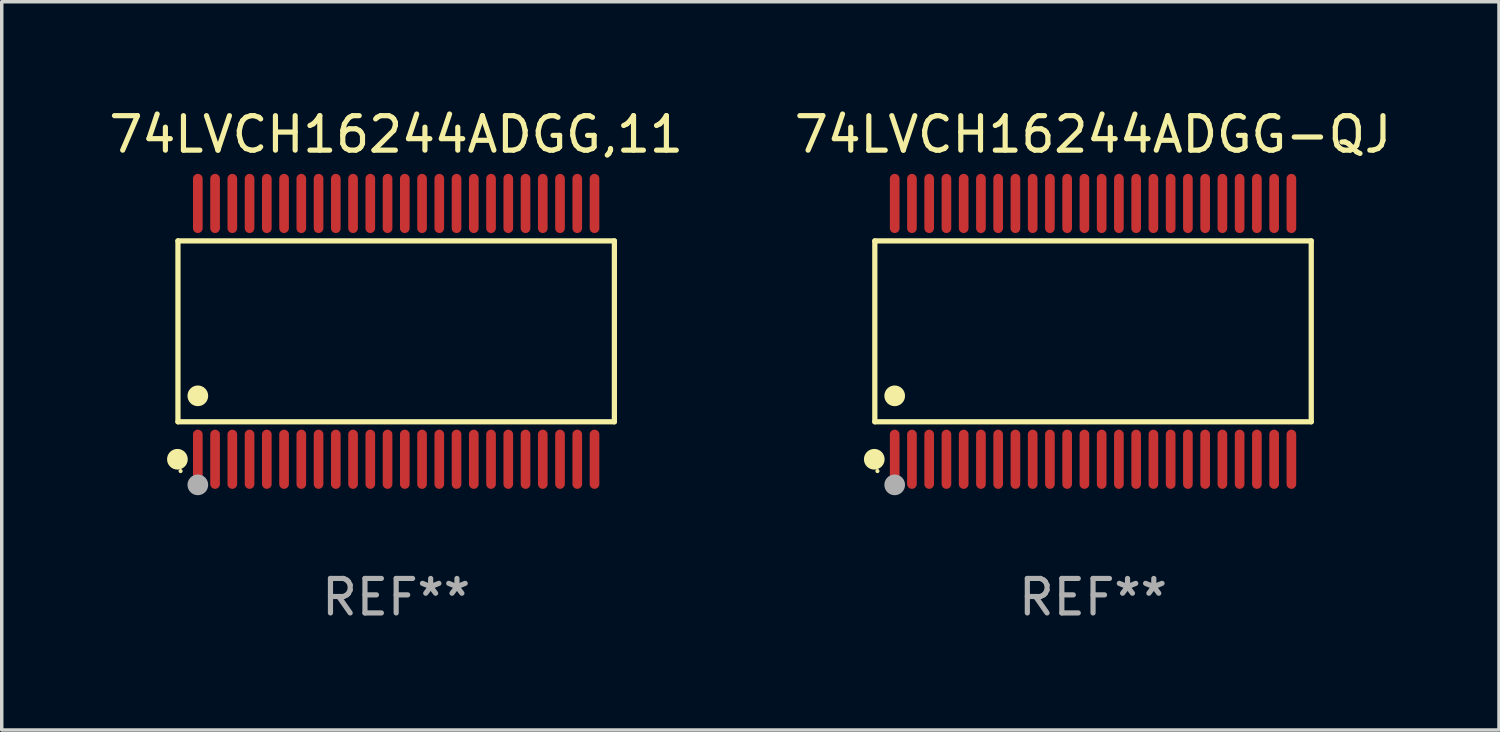
<source format=kicad_pcb>
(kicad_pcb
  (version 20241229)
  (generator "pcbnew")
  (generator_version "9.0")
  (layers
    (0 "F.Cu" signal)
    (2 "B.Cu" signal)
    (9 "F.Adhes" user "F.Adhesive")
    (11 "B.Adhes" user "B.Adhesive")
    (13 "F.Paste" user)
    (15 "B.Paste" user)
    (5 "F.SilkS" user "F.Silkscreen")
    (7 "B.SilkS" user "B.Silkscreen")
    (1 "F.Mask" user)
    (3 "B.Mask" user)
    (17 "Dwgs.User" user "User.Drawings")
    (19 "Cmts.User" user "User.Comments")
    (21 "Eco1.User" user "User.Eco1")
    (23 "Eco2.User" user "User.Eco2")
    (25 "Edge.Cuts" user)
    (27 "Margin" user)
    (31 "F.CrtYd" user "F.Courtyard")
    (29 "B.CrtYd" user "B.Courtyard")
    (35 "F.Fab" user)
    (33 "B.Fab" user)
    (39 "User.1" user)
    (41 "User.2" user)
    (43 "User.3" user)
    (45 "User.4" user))
  (footprint "74LVCH16244ADGG-QJ"
    (layer "F.Cu")
    (at 28.637 6.556)
    (property "Reference" "74LVCH16244ADGG-QJ" (at 0 -5.708 0) (layer "F.SilkS") (effects (font (size 1 1) (thickness 0.15))))
    (attr through_hole)
    (fp_line (start -6.326 -2.622) (end 6.326 -2.622) (stroke (width 0.152) (type solid)) (layer "F.SilkS"))
    (fp_line (start -6.326 2.621) (end -6.326 -2.622) (stroke (width 0.152) (type solid)) (layer "F.SilkS"))
    (fp_line (start 6.326 -2.622) (end 6.326 2.621) (stroke (width 0.152) (type solid)) (layer "F.SilkS"))
    (fp_line (start 6.326 2.621) (end -6.326 2.621) (stroke (width 0.152) (type solid)) (layer "F.SilkS"))
    (fp_circle (center -6.342 3.708) (end -6.192 3.708) (stroke (width 0.3) (type solid)) (fill no) (layer "F.SilkS"))
    (fp_circle (center -6.25 4.05) (end -6.22 4.05) (stroke (width 0.06) (type solid)) (fill no) (layer "F.SilkS"))
    (fp_circle (center -5.75 1.869) (end -5.6 1.869) (stroke (width 0.3) (type solid)) (fill no) (layer "F.SilkS"))
    (fp_circle (center -5.75 4.45) (end -5.6 4.45) (stroke (width 0.3) (type solid)) (fill no) (layer "F.Fab"))
    (fp_text user "REF**" (at 0 7.708 0) (layer "F.Fab") (effects (font (size 1 1) (thickness 0.15))))
    (pad "1" smd oval (at -5.75 3.708) (size 0.28 1.715) (layers "F.Cu" "F.Mask" "F.Paste"))
    (pad "2" smd oval (at -5.25 3.708) (size 0.28 1.715) (layers "F.Cu" "F.Mask" "F.Paste"))
    (pad "3" smd oval (at -4.75 3.708) (size 0.28 1.715) (layers "F.Cu" "F.Mask" "F.Paste"))
    (pad "4" smd oval (at -4.25 3.708) (size 0.28 1.715) (layers "F.Cu" "F.Mask" "F.Paste"))
    (pad "5" smd oval (at -3.75 3.708) (size 0.28 1.715) (layers "F.Cu" "F.Mask" "F.Paste"))
    (pad "6" smd oval (at -3.25 3.708) (size 0.28 1.715) (layers "F.Cu" "F.Mask" "F.Paste"))
    (pad "7" smd oval (at -2.75 3.708) (size 0.28 1.715) (layers "F.Cu" "F.Mask" "F.Paste"))
    (pad "8" smd oval (at -2.25 3.708) (size 0.28 1.715) (layers "F.Cu" "F.Mask" "F.Paste"))
    (pad "9" smd oval (at -1.75 3.708) (size 0.28 1.715) (layers "F.Cu" "F.Mask" "F.Paste"))
    (pad "10" smd oval (at -1.25 3.708) (size 0.28 1.715) (layers "F.Cu" "F.Mask" "F.Paste"))
    (pad "11" smd oval (at -0.75 3.708) (size 0.28 1.715) (layers "F.Cu" "F.Mask" "F.Paste"))
    (pad "12" smd oval (at -0.25 3.708) (size 0.28 1.715) (layers "F.Cu" "F.Mask" "F.Paste"))
    (pad "13" smd oval (at 0.25 3.708) (size 0.28 1.715) (layers "F.Cu" "F.Mask" "F.Paste"))
    (pad "14" smd oval (at 0.75 3.708) (size 0.28 1.715) (layers "F.Cu" "F.Mask" "F.Paste"))
    (pad "15" smd oval (at 1.25 3.708) (size 0.28 1.715) (layers "F.Cu" "F.Mask" "F.Paste"))
    (pad "16" smd oval (at 1.75 3.708) (size 0.28 1.715) (layers "F.Cu" "F.Mask" "F.Paste"))
    (pad "17" smd oval (at 2.25 3.708) (size 0.28 1.715) (layers "F.Cu" "F.Mask" "F.Paste"))
    (pad "18" smd oval (at 2.75 3.708) (size 0.28 1.715) (layers "F.Cu" "F.Mask" "F.Paste"))
    (pad "19" smd oval (at 3.25 3.708) (size 0.28 1.715) (layers "F.Cu" "F.Mask" "F.Paste"))
    (pad "20" smd oval (at 3.75 3.708) (size 0.28 1.715) (layers "F.Cu" "F.Mask" "F.Paste"))
    (pad "21" smd oval (at 4.25 3.708) (size 0.28 1.715) (layers "F.Cu" "F.Mask" "F.Paste"))
    (pad "22" smd oval (at 4.75 3.708) (size 0.28 1.715) (layers "F.Cu" "F.Mask" "F.Paste"))
    (pad "23" smd oval (at 5.25 3.708) (size 0.28 1.715) (layers "F.Cu" "F.Mask" "F.Paste"))
    (pad "24" smd oval (at 5.75 3.708) (size 0.28 1.715) (layers "F.Cu" "F.Mask" "F.Paste"))
    (pad "25" smd oval (at 5.75 -3.708) (size 0.28 1.715) (layers "F.Cu" "F.Mask" "F.Paste"))
    (pad "26" smd oval (at 5.25 -3.708) (size 0.28 1.715) (layers "F.Cu" "F.Mask" "F.Paste"))
    (pad "27" smd oval (at 4.75 -3.708) (size 0.28 1.715) (layers "F.Cu" "F.Mask" "F.Paste"))
    (pad "28" smd oval (at 4.25 -3.708) (size 0.28 1.715) (layers "F.Cu" "F.Mask" "F.Paste"))
    (pad "29" smd oval (at 3.75 -3.708) (size 0.28 1.715) (layers "F.Cu" "F.Mask" "F.Paste"))
    (pad "30" smd oval (at 3.25 -3.708) (size 0.28 1.715) (layers "F.Cu" "F.Mask" "F.Paste"))
    (pad "31" smd oval (at 2.75 -3.708) (size 0.28 1.715) (layers "F.Cu" "F.Mask" "F.Paste"))
    (pad "32" smd oval (at 2.25 -3.708) (size 0.28 1.715) (layers "F.Cu" "F.Mask" "F.Paste"))
    (pad "33" smd oval (at 1.75 -3.708) (size 0.28 1.715) (layers "F.Cu" "F.Mask" "F.Paste"))
    (pad "34" smd oval (at 1.25 -3.708) (size 0.28 1.715) (layers "F.Cu" "F.Mask" "F.Paste"))
    (pad "35" smd oval (at 0.75 -3.708) (size 0.28 1.715) (layers "F.Cu" "F.Mask" "F.Paste"))
    (pad "36" smd oval (at 0.25 -3.708) (size 0.28 1.715) (layers "F.Cu" "F.Mask" "F.Paste"))
    (pad "37" smd oval (at -0.25 -3.708) (size 0.28 1.715) (layers "F.Cu" "F.Mask" "F.Paste"))
    (pad "38" smd oval (at -0.75 -3.708) (size 0.28 1.715) (layers "F.Cu" "F.Mask" "F.Paste"))
    (pad "39" smd oval (at -1.25 -3.708) (size 0.28 1.715) (layers "F.Cu" "F.Mask" "F.Paste"))
    (pad "40" smd oval (at -1.75 -3.708) (size 0.28 1.715) (layers "F.Cu" "F.Mask" "F.Paste"))
    (pad "41" smd oval (at -2.25 -3.708) (size 0.28 1.715) (layers "F.Cu" "F.Mask" "F.Paste"))
    (pad "42" smd oval (at -2.75 -3.708) (size 0.28 1.715) (layers "F.Cu" "F.Mask" "F.Paste"))
    (pad "43" smd oval (at -3.25 -3.708) (size 0.28 1.715) (layers "F.Cu" "F.Mask" "F.Paste"))
    (pad "44" smd oval (at -3.75 -3.708) (size 0.28 1.715) (layers "F.Cu" "F.Mask" "F.Paste"))
    (pad "45" smd oval (at -4.25 -3.708) (size 0.28 1.715) (layers "F.Cu" "F.Mask" "F.Paste"))
    (pad "46" smd oval (at -4.75 -3.708) (size 0.28 1.715) (layers "F.Cu" "F.Mask" "F.Paste"))
    (pad "47" smd oval (at -5.25 -3.708) (size 0.28 1.715) (layers "F.Cu" "F.Mask" "F.Paste"))
    (pad "48" smd oval (at -5.75 -3.708) (size 0.28 1.715) (layers "F.Cu" "F.Mask" "F.Paste")))
  (footprint "74LVCH16244ADGG,11"
    (layer "F.Cu")
    (at 8.435 6.556)
    (property "Reference" "74LVCH16244ADGG,11" (at 0 -5.708 0) (layer "F.SilkS") (effects (font (size 1 1) (thickness 0.15))))
    (attr through_hole)
    (fp_line (start -6.326 -2.622) (end 6.326 -2.622) (stroke (width 0.152) (type solid)) (layer "F.SilkS"))
    (fp_line (start -6.326 2.621) (end -6.326 -2.622) (stroke (width 0.152) (type solid)) (layer "F.SilkS"))
    (fp_line (start 6.326 -2.622) (end 6.326 2.621) (stroke (width 0.152) (type solid)) (layer "F.SilkS"))
    (fp_line (start 6.326 2.621) (end -6.326 2.621) (stroke (width 0.152) (type solid)) (layer "F.SilkS"))
    (fp_circle (center -6.342 3.708) (end -6.192 3.708) (stroke (width 0.3) (type solid)) (fill no) (layer "F.SilkS"))
    (fp_circle (center -6.25 4.05) (end -6.22 4.05) (stroke (width 0.06) (type solid)) (fill no) (layer "F.SilkS"))
    (fp_circle (center -5.75 1.869) (end -5.6 1.869) (stroke (width 0.3) (type solid)) (fill no) (layer "F.SilkS"))
    (fp_circle (center -5.75 4.45) (end -5.6 4.45) (stroke (width 0.3) (type solid)) (fill no) (layer "F.Fab"))
    (fp_text user "REF**" (at 0 7.708 0) (layer "F.Fab") (effects (font (size 1 1) (thickness 0.15))))
    (pad "1" smd oval (at -5.75 3.708) (size 0.28 1.715) (layers "F.Cu" "F.Mask" "F.Paste"))
    (pad "2" smd oval (at -5.25 3.708) (size 0.28 1.715) (layers "F.Cu" "F.Mask" "F.Paste"))
    (pad "3" smd oval (at -4.75 3.708) (size 0.28 1.715) (layers "F.Cu" "F.Mask" "F.Paste"))
    (pad "4" smd oval (at -4.25 3.708) (size 0.28 1.715) (layers "F.Cu" "F.Mask" "F.Paste"))
    (pad "5" smd oval (at -3.75 3.708) (size 0.28 1.715) (layers "F.Cu" "F.Mask" "F.Paste"))
    (pad "6" smd oval (at -3.25 3.708) (size 0.28 1.715) (layers "F.Cu" "F.Mask" "F.Paste"))
    (pad "7" smd oval (at -2.75 3.708) (size 0.28 1.715) (layers "F.Cu" "F.Mask" "F.Paste"))
    (pad "8" smd oval (at -2.25 3.708) (size 0.28 1.715) (layers "F.Cu" "F.Mask" "F.Paste"))
    (pad "9" smd oval (at -1.75 3.708) (size 0.28 1.715) (layers "F.Cu" "F.Mask" "F.Paste"))
    (pad "10" smd oval (at -1.25 3.708) (size 0.28 1.715) (layers "F.Cu" "F.Mask" "F.Paste"))
    (pad "11" smd oval (at -0.75 3.708) (size 0.28 1.715) (layers "F.Cu" "F.Mask" "F.Paste"))
    (pad "12" smd oval (at -0.25 3.708) (size 0.28 1.715) (layers "F.Cu" "F.Mask" "F.Paste"))
    (pad "13" smd oval (at 0.25 3.708) (size 0.28 1.715) (layers "F.Cu" "F.Mask" "F.Paste"))
    (pad "14" smd oval (at 0.75 3.708) (size 0.28 1.715) (layers "F.Cu" "F.Mask" "F.Paste"))
    (pad "15" smd oval (at 1.25 3.708) (size 0.28 1.715) (layers "F.Cu" "F.Mask" "F.Paste"))
    (pad "16" smd oval (at 1.75 3.708) (size 0.28 1.715) (layers "F.Cu" "F.Mask" "F.Paste"))
    (pad "17" smd oval (at 2.25 3.708) (size 0.28 1.715) (layers "F.Cu" "F.Mask" "F.Paste"))
    (pad "18" smd oval (at 2.75 3.708) (size 0.28 1.715) (layers "F.Cu" "F.Mask" "F.Paste"))
    (pad "19" smd oval (at 3.25 3.708) (size 0.28 1.715) (layers "F.Cu" "F.Mask" "F.Paste"))
    (pad "20" smd oval (at 3.75 3.708) (size 0.28 1.715) (layers "F.Cu" "F.Mask" "F.Paste"))
    (pad "21" smd oval (at 4.25 3.708) (size 0.28 1.715) (layers "F.Cu" "F.Mask" "F.Paste"))
    (pad "22" smd oval (at 4.75 3.708) (size 0.28 1.715) (layers "F.Cu" "F.Mask" "F.Paste"))
    (pad "23" smd oval (at 5.25 3.708) (size 0.28 1.715) (layers "F.Cu" "F.Mask" "F.Paste"))
    (pad "24" smd oval (at 5.75 3.708) (size 0.28 1.715) (layers "F.Cu" "F.Mask" "F.Paste"))
    (pad "25" smd oval (at 5.75 -3.708) (size 0.28 1.715) (layers "F.Cu" "F.Mask" "F.Paste"))
    (pad "26" smd oval (at 5.25 -3.708) (size 0.28 1.715) (layers "F.Cu" "F.Mask" "F.Paste"))
    (pad "27" smd oval (at 4.75 -3.708) (size 0.28 1.715) (layers "F.Cu" "F.Mask" "F.Paste"))
    (pad "28" smd oval (at 4.25 -3.708) (size 0.28 1.715) (layers "F.Cu" "F.Mask" "F.Paste"))
    (pad "29" smd oval (at 3.75 -3.708) (size 0.28 1.715) (layers "F.Cu" "F.Mask" "F.Paste"))
    (pad "30" smd oval (at 3.25 -3.708) (size 0.28 1.715) (layers "F.Cu" "F.Mask" "F.Paste"))
    (pad "31" smd oval (at 2.75 -3.708) (size 0.28 1.715) (layers "F.Cu" "F.Mask" "F.Paste"))
    (pad "32" smd oval (at 2.25 -3.708) (size 0.28 1.715) (layers "F.Cu" "F.Mask" "F.Paste"))
    (pad "33" smd oval (at 1.75 -3.708) (size 0.28 1.715) (layers "F.Cu" "F.Mask" "F.Paste"))
    (pad "34" smd oval (at 1.25 -3.708) (size 0.28 1.715) (layers "F.Cu" "F.Mask" "F.Paste"))
    (pad "35" smd oval (at 0.75 -3.708) (size 0.28 1.715) (layers "F.Cu" "F.Mask" "F.Paste"))
    (pad "36" smd oval (at 0.25 -3.708) (size 0.28 1.715) (layers "F.Cu" "F.Mask" "F.Paste"))
    (pad "37" smd oval (at -0.25 -3.708) (size 0.28 1.715) (layers "F.Cu" "F.Mask" "F.Paste"))
    (pad "38" smd oval (at -0.75 -3.708) (size 0.28 1.715) (layers "F.Cu" "F.Mask" "F.Paste"))
    (pad "39" smd oval (at -1.25 -3.708) (size 0.28 1.715) (layers "F.Cu" "F.Mask" "F.Paste"))
    (pad "40" smd oval (at -1.75 -3.708) (size 0.28 1.715) (layers "F.Cu" "F.Mask" "F.Paste"))
    (pad "41" smd oval (at -2.25 -3.708) (size 0.28 1.715) (layers "F.Cu" "F.Mask" "F.Paste"))
    (pad "42" smd oval (at -2.75 -3.708) (size 0.28 1.715) (layers "F.Cu" "F.Mask" "F.Paste"))
    (pad "43" smd oval (at -3.25 -3.708) (size 0.28 1.715) (layers "F.Cu" "F.Mask" "F.Paste"))
    (pad "44" smd oval (at -3.75 -3.708) (size 0.28 1.715) (layers "F.Cu" "F.Mask" "F.Paste"))
    (pad "45" smd oval (at -4.25 -3.708) (size 0.28 1.715) (layers "F.Cu" "F.Mask" "F.Paste"))
    (pad "46" smd oval (at -4.75 -3.708) (size 0.28 1.715) (layers "F.Cu" "F.Mask" "F.Paste"))
    (pad "47" smd oval (at -5.25 -3.708) (size 0.28 1.715) (layers "F.Cu" "F.Mask" "F.Paste"))
    (pad "48" smd oval (at -5.75 -3.708) (size 0.28 1.715) (layers "F.Cu" "F.Mask" "F.Paste")))
  (gr_rect
    (start -3 -3)
    (end 40.405 18.112)
    (stroke (width 0.1) (type default))
    (fill no)
    (layer "Edge.Cuts")))
</source>
